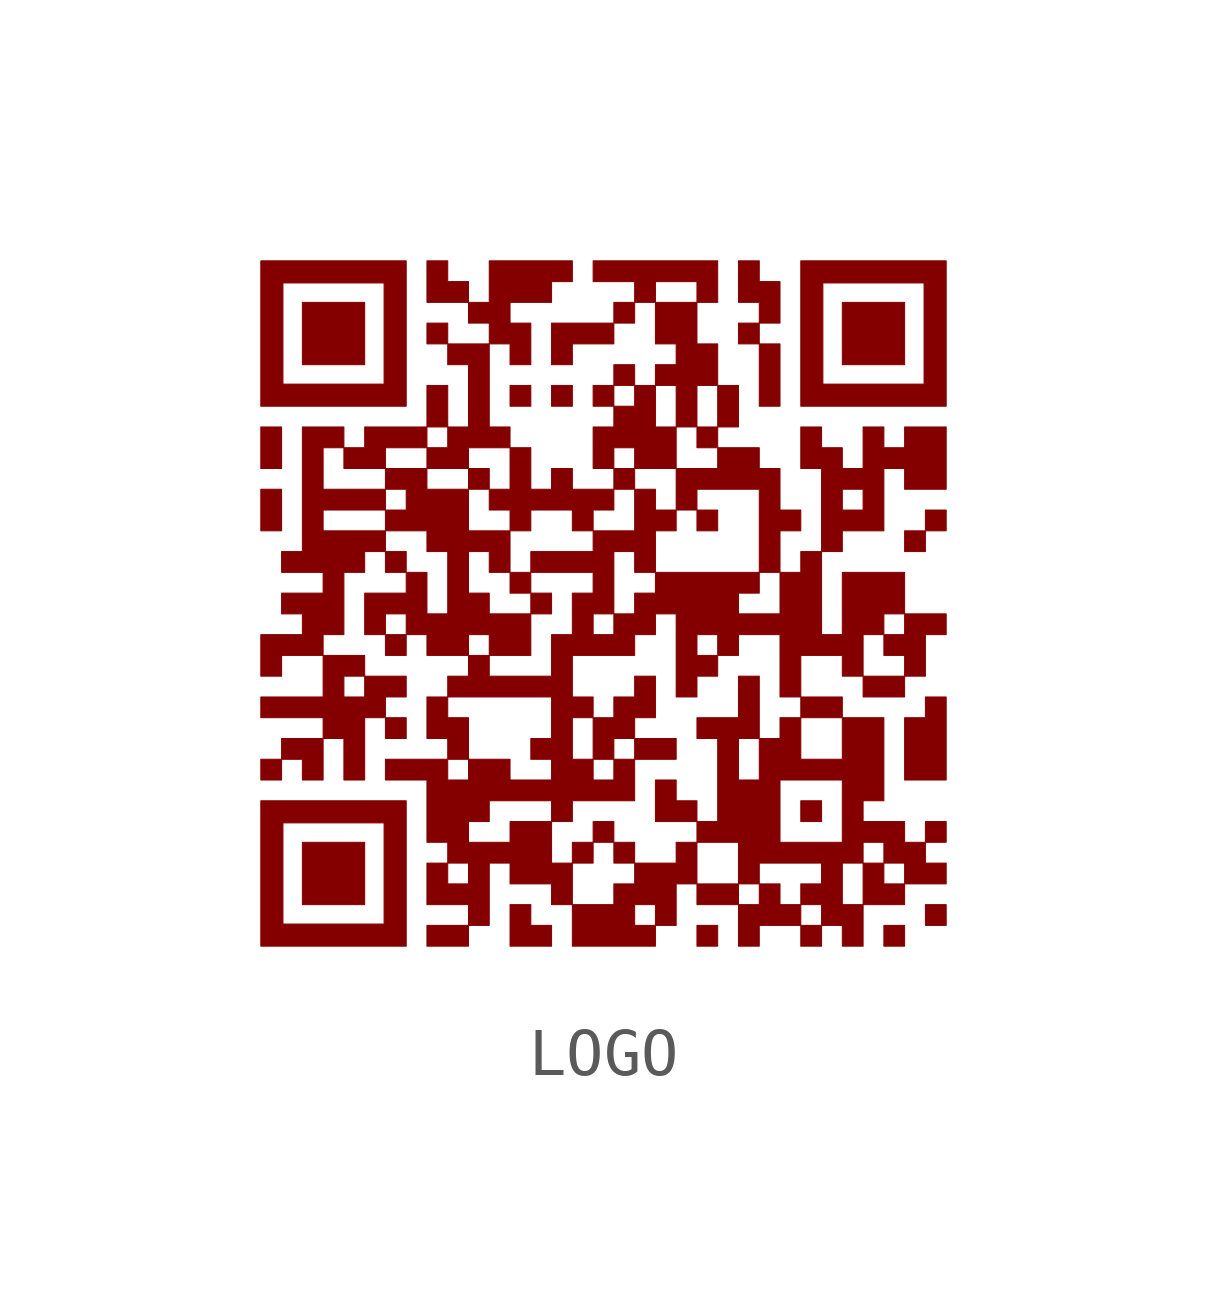
<source format=kicad_sym>
(kicad_symbol_lib
  (version 20210619)
  (generator bitmap2component)
  (symbol "LOGO"
    (pin_names
      (offset 1.016))
    (property "Reference" "#G"
      (at 0 7.362 0)
      (effects (font (size 1.27 1.27)) hide))
    (symbol "LOGO_0_0"
      (polyline (pts (xy -4.103 -4.117) (xy -7.132 -4.117) (xy -7.132 -4.577) (xy -6.671 -4.577) (xy -4.564 -4.577) (xy -4.564 -6.685) (xy -6.671 -6.685) (xy -6.671 -4.577) (xy -7.132 -4.577) (xy -7.132 -7.146) (xy -4.103 -7.146) (xy -4.103 -4.117)) (stroke (width 0.01)) (fill (type outline)))
      (polyline (pts (xy -2.805 5.834) (xy -2.373 5.834) (xy -2.373 5.401) (xy -1.94 5.401) (xy -1.94 4.968) (xy -1.507 4.968) (xy -1.507 5.834) (xy -1.94 5.834) (xy -1.94 6.266) (xy -1.075 6.266) (xy -1.075 6.699) (xy -0.642 6.699) (xy -0.642 7.132) (xy -2.373 7.132) (xy -2.373 6.266) (xy -2.805 6.266) (xy -2.805 5.834)) (stroke (width 0.01)) (fill (type outline)))
      (polyline (pts (xy 1.089 6.699) (xy 1.954 6.699) (xy 1.954 6.266) (xy 2.386 6.266) (xy 2.386 7.132) (xy -0.209 7.132) (xy -0.209 6.699) (xy 0.656 6.699) (xy 0.656 6.266) (xy 1.089 6.266) (xy 1.089 6.699)) (stroke (width 0.01)) (fill (type outline)))
      (polyline (pts (xy 0.656 6.266) (xy 0.223 6.266) (xy 0.223 5.834) (xy 0.656 5.834) (xy 0.656 6.266)) (stroke (width 0.01)) (fill (type outline)))
      (polyline (pts (xy -0.642 5.401) (xy 0.223 5.401) (xy 0.223 5.834) (xy -1.075 5.834) (xy -1.075 4.968) (xy -0.642 4.968) (xy -0.642 5.401)) (stroke (width 0.01)) (fill (type outline)))
      (polyline (pts (xy -3.238 5.834) (xy -3.671 5.834) (xy -3.671 5.401) (xy -3.238 5.401) (xy -3.238 5.834)) (stroke (width 0.01)) (fill (type outline)))
      (polyline (pts (xy 2.819 4.536) (xy 2.386 4.536) (xy 2.386 3.671) (xy 2.819 3.671) (xy 2.819 4.536)) (stroke (width 0.01)) (fill (type outline)))
      (polyline (pts (xy 4.982 1.507) (xy 5.848 1.507) (xy 5.848 2.805) (xy 6.28 2.805) (xy 6.28 2.373) (xy 7.146 2.373) (xy 7.146 3.671) (xy 6.28 3.671) (xy 6.28 3.238) (xy 5.848 3.238) (xy 5.848 3.671) (xy 5.415 3.671) (xy 5.415 2.805) (xy 4.982 2.805) (xy 4.982 3.238) (xy 4.55 3.238) (xy 4.55 3.671) (xy 4.117 3.671) (xy 4.117 2.805) (xy 4.55 2.805) (xy 4.55 2.373) (xy 4.982 2.373) (xy 5.415 2.373) (xy 5.415 1.94) (xy 4.982 1.94) (xy 4.982 2.373) (xy 4.55 2.373) (xy 4.55 1.075) (xy 4.982 1.075) (xy 4.982 1.507)) (stroke (width 0.01)) (fill (type outline)))
      (polyline (pts (xy -4.103 -2.386) (xy -4.536 -2.386) (xy -4.536 -2.819) (xy -4.103 -2.819) (xy -4.103 -2.386)) (stroke (width 0.01)) (fill (type outline)))
      (polyline (pts (xy -5.834 -2.819) (xy -6.699 -2.819) (xy -6.699 -3.252) (xy -6.266 -3.252) (xy -6.266 -3.684) (xy -5.834 -3.684) (xy -5.834 -2.819)) (stroke (width 0.01)) (fill (type outline)))
      (polyline (pts (xy -6.699 -3.252) (xy -7.132 -3.252) (xy -7.132 -3.684) (xy -6.699 -3.684) (xy -6.699 -3.252)) (stroke (width 0.01)) (fill (type outline)))
      (polyline (pts (xy 7.146 -4.55) (xy 6.713 -4.55) (xy 6.713 -4.982) (xy 7.146 -4.982) (xy 7.146 -4.55)) (stroke (width 0.01)) (fill (type outline)))
      (polyline (pts (xy -2.805 -6.713) (xy -3.671 -6.713) (xy -3.671 -7.146) (xy -2.805 -7.146) (xy -2.805 -6.713)) (stroke (width 0.01)) (fill (type outline)))
      (polyline (pts (xy -2.805 6.699) (xy -3.238 6.699) (xy -3.238 7.132) (xy -3.671 7.132) (xy -3.671 6.266) (xy -2.805 6.266) (xy -2.805 6.699)) (stroke (width 0.01)) (fill (type outline)))
      (polyline (pts (xy 6.28 -6.28) (xy 6.28 -5.848) (xy 7.146 -5.848) (xy 7.146 -5.415) (xy 6.713 -5.415) (xy 6.713 -4.982) (xy 6.28 -4.982) (xy 6.28 -4.55) (xy 5.415 -4.55) (xy 5.415 -4.117) (xy 5.848 -4.117) (xy 5.848 -2.386) (xy 4.982 -2.386) (xy 4.982 -1.954) (xy 4.117 -1.954) (xy 4.117 -1.089) (xy 4.982 -1.089) (xy 4.982 -1.521) (xy 5.415 -1.521) (xy 5.415 -1.954) (xy 6.28 -1.954) (xy 6.28 -1.521) (xy 6.713 -1.521) (xy 6.713 -0.656) (xy 7.146 -0.656) (xy 7.146 -0.223) (xy 6.28 -0.223) (xy 6.28 0.642) (xy 4.982 0.642) (xy 4.982 -0.223) (xy 5.848 -0.223) (xy 6.28 -0.223) (xy 6.28 -0.656) (xy 5.848 -0.656) (xy 5.848 -0.223) (xy 4.982 -0.223) (xy 4.982 -0.656) (xy 5.415 -0.656) (xy 5.848 -0.656) (xy 5.848 -1.089) (xy 6.28 -1.089) (xy 6.28 -1.521) (xy 5.415 -1.521) (xy 5.415 -0.656) (xy 4.982 -0.656) (xy 4.55 -0.656) (xy 4.55 1.075) (xy 4.117 1.075) (xy 4.117 0.642) (xy 3.684 0.642) (xy 3.684 1.507) (xy 4.117 1.507) (xy 4.117 1.94) (xy 3.684 1.94) (xy 3.684 2.805) (xy 3.252 2.805) (xy 3.252 3.238) (xy 2.386 3.238) (xy 2.386 3.671) (xy 1.954 3.671) (xy 1.954 4.536) (xy 2.386 4.536) (xy 2.386 5.401) (xy 1.954 5.401) (xy 1.954 6.266) (xy 1.089 6.266) (xy 1.089 5.401) (xy 1.521 5.401) (xy 1.521 4.968) (xy 1.089 4.968) (xy 1.089 4.536) (xy 1.521 4.536) (xy 1.521 3.671) (xy 1.954 3.671) (xy 1.954 3.238) (xy 2.386 3.238) (xy 2.386 2.805) (xy 1.521 2.805) (xy 1.521 3.671) (xy 1.089 3.671) (xy 1.089 4.536) (xy 0.656 4.536) (xy 0.656 4.968) (xy 0.223 4.968) (xy 0.223 4.536) (xy 0.656 4.536) (xy 0.656 4.103) (xy 0.223 4.103) (xy 0.223 4.536) (xy -0.209 4.536) (xy -0.209 4.103) (xy 0.223 4.103) (xy 0.223 3.671) (xy -0.209 3.671) (xy -0.209 3.238) (xy 0.223 3.238) (xy 0.656 3.238) (xy 0.656 2.805) (xy 1.521 2.805) (xy 1.521 1.94) (xy 1.089 1.94) (xy 1.089 2.373) (xy 0.656 2.373) (xy 0.656 2.805) (xy 0.223 2.805) (xy 0.223 3.238) (xy -0.209 3.238) (xy -0.209 2.805) (xy 0.223 2.805) (xy 0.223 2.373) (xy -0.642 2.373) (xy -0.642 2.805) (xy -1.075 2.805) (xy -1.075 2.373) (xy -1.507 2.373) (xy -1.507 3.238) (xy -1.94 3.238) (xy -1.94 3.671) (xy -2.373 3.671) (xy -2.373 5.401) (xy -3.238 5.401) (xy -3.238 4.968) (xy -2.805 4.968) (xy -2.805 3.671) (xy -3.238 3.671) (xy -3.238 4.536) (xy -3.671 4.536) (xy -3.671 3.671) (xy -3.238 3.671) (xy -3.238 3.238) (xy -3.671 3.238) (xy -3.671 3.671) (xy -4.968 3.671) (xy -4.968 3.238) (xy -4.536 3.238) (xy -3.671 3.238) (xy -3.671 2.805) (xy -2.805 2.805) (xy -2.805 3.238) (xy -1.94 3.238) (xy -1.94 2.373) (xy -2.373 2.373) (xy -2.373 1.94) (xy -1.94 1.94) (xy -1.94 1.507) (xy -2.805 1.507) (xy -2.805 2.373) (xy -3.671 2.373) (xy -3.671 2.805) (xy -4.536 2.805) (xy -4.536 3.238) (xy -4.968 3.238) (xy -5.401 3.238) (xy -5.401 3.671) (xy -6.266 3.671) (xy -6.266 3.238) (xy -5.834 3.238) (xy -5.401 3.238) (xy -5.401 2.805) (xy -4.536 2.805) (xy -4.536 2.373) (xy -4.103 2.373) (xy -4.103 1.94) (xy -4.536 1.94) (xy -4.536 2.373) (xy -5.834 2.373) (xy -5.834 3.238) (xy -6.266 3.238) (xy -6.266 1.94) (xy -5.834 1.94) (xy -4.536 1.94) (xy -4.536 1.507) (xy -3.671 1.507) (xy -3.671 1.075) (xy -3.238 1.075) (xy -2.805 1.075) (xy -2.373 1.075) (xy -2.373 0.642) (xy -1.94 0.642) (xy -1.94 1.507) (xy -1.507 1.507) (xy -1.507 1.94) (xy -0.642 1.94) (xy -0.209 1.94) (xy 0.223 1.94) (xy 0.223 2.373) (xy 0.656 2.373) (xy 0.656 1.507) (xy 1.089 1.507) (xy 1.521 1.507) (xy 1.521 1.94) (xy 1.954 1.94) (xy 1.954 2.373) (xy 3.252 2.373) (xy 3.252 0.642) (xy 1.089 0.642) (xy 1.089 1.507) (xy 0.656 1.507) (xy -0.209 1.507) (xy -0.209 1.94) (xy -0.642 1.94) (xy -0.642 1.507) (xy -0.209 1.507) (xy -0.209 1.075) (xy 0.223 1.075) (xy 0.656 1.075) (xy 0.656 0.642) (xy 1.089 0.642) (xy 1.089 0.209) (xy 2.819 0.209) (xy 3.252 0.209) (xy 3.252 0.642) (xy 3.684 0.642) (xy 3.684 -0.223) (xy 2.819 -0.223) (xy 2.819 0.209) (xy 1.089 0.209) (xy 0.656 0.209) (xy 0.656 -0.223) (xy 0.223 -0.223) (xy 0.223 1.075) (xy -0.209 1.075) (xy -1.507 1.075) (xy -1.507 0.642) (xy -0.209 0.642) (xy -0.209 0.209) (xy -0.642 0.209) (xy -0.642 -0.223) (xy -0.209 -0.223) (xy 0.223 -0.223) (xy 0.223 -0.656) (xy -0.209 -0.656) (xy -0.209 -0.223) (xy -0.642 -0.223) (xy -0.642 -0.656) (xy -1.075 -0.656) (xy -1.075 -1.521) (xy -2.373 -1.521) (xy -2.373 -1.089) (xy -1.507 -1.089) (xy -1.507 -0.223) (xy -2.373 -0.223) (xy -2.373 0.209) (xy -2.805 0.209) (xy -2.805 1.075) (xy -3.238 1.075) (xy -3.238 -0.223) (xy -3.671 -0.223) (xy -3.671 0.642) (xy -4.103 0.642) (xy -4.103 1.075) (xy -4.536 1.075) (xy -4.536 1.507) (xy -5.834 1.507) (xy -5.834 1.94) (xy -6.266 1.94) (xy -6.266 1.075) (xy -6.699 1.075) (xy -6.699 0.642) (xy -5.834 0.642) (xy -5.834 0.209) (xy -6.699 0.209) (xy -6.699 -0.223) (xy -6.266 -0.223) (xy -6.266 -0.656) (xy -7.132 -0.656) (xy -7.132 -1.521) (xy -6.699 -1.521) (xy -6.699 -1.089) (xy -5.834 -1.089) (xy -5.834 -0.656) (xy -5.401 -0.656) (xy -5.401 0.642) (xy -4.968 0.642) (xy -4.968 1.075) (xy -4.536 1.075) (xy -4.536 0.642) (xy -4.103 0.642) (xy -4.103 0.209) (xy -4.968 0.209) (xy -4.968 -0.223) (xy -4.536 -0.223) (xy -4.103 -0.223) (xy -4.103 -0.656) (xy -4.536 -0.656) (xy -4.536 -0.223) (xy -4.968 -0.223) (xy -4.968 -0.656) (xy -4.536 -0.656) (xy -4.536 -1.089) (xy -4.103 -1.089) (xy -4.103 -0.656) (xy -3.671 -0.656) (xy -2.805 -0.656) (xy -2.373 -0.656) (xy -2.373 -1.089) (xy -2.805 -1.089) (xy -2.805 -0.656) (xy -3.671 -0.656) (xy -3.671 -1.089) (xy -2.805 -1.089) (xy -2.805 -1.521) (xy -3.238 -1.521) (xy -3.238 -1.954) (xy -1.075 -1.954) (xy -1.075 -2.819) (xy -1.507 -2.819) (xy -1.507 -3.252) (xy -1.075 -3.252) (xy -1.075 -3.684) (xy -1.94 -3.684) (xy -1.94 -3.252) (xy -2.805 -3.252) (xy -2.805 -2.386) (xy -3.238 -2.386) (xy -3.238 -1.954) (xy -3.671 -1.954) (xy -3.671 -2.819) (xy -3.238 -2.819) (xy -3.238 -3.252) (xy -2.805 -3.252) (xy -2.805 -3.684) (xy -3.238 -3.684) (xy -3.238 -3.252) (xy -4.536 -3.252) (xy -4.536 -3.684) (xy -3.671 -3.684) (xy -3.671 -4.55) (xy -2.805 -4.55) (xy -2.373 -4.55) (xy -2.373 -4.117) (xy -1.075 -4.117) (xy -1.075 -4.55) (xy -0.642 -4.55) (xy -0.642 -4.117) (xy 0.656 -4.117) (xy 0.656 -3.252) (xy 0.223 -3.252) (xy 0.223 -3.684) (xy -0.209 -3.684) (xy -0.209 -3.252) (xy -0.642 -3.252) (xy -0.642 -2.386) (xy -0.209 -2.386) (xy -0.209 -1.954) (xy -0.642 -1.954) (xy -0.642 -1.089) (xy 0.656 -1.089) (xy 0.656 -0.656) (xy 1.089 -0.656) (xy 1.089 -0.223) (xy 1.521 -0.223) (xy 1.521 -0.656) (xy 1.954 -0.656) (xy 2.386 -0.656) (xy 2.386 -1.089) (xy 1.954 -1.089) (xy 1.954 -0.656) (xy 1.521 -0.656) (xy 1.521 -1.954) (xy 1.954 -1.954) (xy 1.954 -1.521) (xy 2.386 -1.521) (xy 2.386 -1.089) (xy 2.819 -1.089) (xy 2.819 -0.656) (xy 3.684 -0.656) (xy 3.684 -1.954) (xy 4.117 -1.954) (xy 4.117 -2.386) (xy 4.982 -2.386) (xy 4.982 -3.252) (xy 4.117 -3.252) (xy 4.117 -2.386) (xy 3.684 -2.386) (xy 3.684 -2.819) (xy 3.252 -2.819) (xy 3.252 -1.521) (xy 2.819 -1.521) (xy 2.819 -2.386) (xy 1.954 -2.386) (xy 1.954 -2.819) (xy 2.386 -2.819) (xy 2.819 -2.819) (xy 3.252 -2.819) (xy 3.252 -3.684) (xy 3.684 -3.684) (xy 4.982 -3.684) (xy 4.982 -4.982) (xy 5.415 -4.982) (xy 5.848 -4.982) (xy 5.848 -5.415) (xy 6.28 -5.415) (xy 6.28 -5.848) (xy 5.848 -5.848) (xy 5.848 -5.415) (xy 5.415 -5.415) (xy 5.415 -4.982) (xy 4.982 -4.982) (xy 3.684 -4.982) (xy 3.684 -3.684) (xy 3.252 -3.684) (xy 2.819 -3.684) (xy 2.819 -2.819) (xy 2.386 -2.819) (xy 2.386 -4.55) (xy 1.954 -4.55) (xy 1.954 -4.982) (xy 2.819 -4.982) (xy 2.819 -5.415) (xy 3.252 -5.415) (xy 4.55 -5.415) (xy 4.982 -5.415) (xy 5.415 -5.415) (xy 5.415 -6.28) (xy 4.982 -6.28) (xy 4.982 -5.415) (xy 4.55 -5.415) (xy 4.55 -5.848) (xy 4.117 -5.848) (xy 4.117 -6.28) (xy 4.55 -6.28) (xy 4.55 -6.713) (xy 4.117 -6.713) (xy 4.117 -6.28) (xy 3.684 -6.28) (xy 3.684 -5.848) (xy 3.252 -5.848) (xy 3.252 -5.415) (xy 2.819 -5.415) (xy 2.819 -5.848) (xy 3.252 -5.848) (xy 3.252 -6.28) (xy 2.819 -6.28) (xy 2.819 -5.848) (xy 1.954 -5.848) (xy 1.954 -4.982) (xy 1.521 -4.982) (xy 1.521 -5.415) (xy 0.656 -5.415) (xy 0.656 -5.848) (xy 0.223 -5.848) (xy 0.223 -6.28) (xy 0.656 -6.28) (xy 1.089 -6.28) (xy 1.089 -6.713) (xy 0.656 -6.713) (xy 0.656 -6.28) (xy 0.223 -6.28) (xy -0.642 -6.28) (xy -0.642 -5.415) (xy -1.075 -5.415) (xy -1.075 -4.55) (xy -1.94 -4.55) (xy -1.94 -4.982) (xy -2.805 -4.982) (xy -2.805 -4.55) (xy -3.671 -4.55) (xy -3.671 -4.982) (xy -3.238 -4.982) (xy -3.238 -5.415) (xy -2.805 -5.415) (xy -2.805 -5.848) (xy -3.238 -5.848) (xy -3.238 -5.415) (xy -3.671 -5.415) (xy -3.671 -6.28) (xy -2.805 -6.28) (xy -2.805 -6.713) (xy -2.373 -6.713) (xy -2.373 -5.415) (xy -1.94 -5.415) (xy -1.94 -5.848) (xy -1.075 -5.848) (xy -1.075 -6.28) (xy -0.642 -6.28) (xy -0.642 -7.146) (xy 1.089 -7.146) (xy 1.089 -6.713) (xy 1.521 -6.713) (xy 1.521 -5.848) (xy 1.954 -5.848) (xy 1.954 -6.28) (xy 2.819 -6.28) (xy 2.819 -7.146) (xy 3.252 -7.146) (xy 3.252 -6.713) (xy 4.117 -6.713) (xy 4.117 -7.146) (xy 4.55 -7.146) (xy 4.55 -6.713) (xy 4.982 -6.713) (xy 4.982 -7.146) (xy 5.415 -7.146) (xy 5.415 -6.28) (xy 6.28 -6.28)) (stroke (width 0.01)) (fill (type outline)))
      (polyline (pts (xy -4.968 -2.386) (xy -4.536 -2.386) (xy -4.536 -1.954) (xy -4.103 -1.954) (xy -4.103 -1.521) (xy -4.968 -1.521) (xy -4.968 -1.089) (xy -5.834 -1.089) (xy -5.834 -1.521) (xy -5.401 -1.521) (xy -4.968 -1.521) (xy -4.968 -1.954) (xy -5.401 -1.954) (xy -5.401 -1.521) (xy -5.834 -1.521) (xy -5.834 -1.954) (xy -7.132 -1.954) (xy -7.132 -2.386) (xy -5.834 -2.386) (xy -5.834 -2.819) (xy -5.401 -2.819) (xy -5.401 -3.684) (xy -4.968 -3.684) (xy -4.968 -2.386)) (stroke (width 0.01)) (fill (type outline)))
      (polyline (pts (xy -1.075 -6.713) (xy -1.507 -6.713) (xy -1.507 -6.28) (xy -1.94 -6.28) (xy -1.94 -7.146) (xy -1.075 -7.146) (xy -1.075 -6.713)) (stroke (width 0.01)) (fill (type outline)))
      (polyline (pts (xy 2.386 -6.713) (xy 1.954 -6.713) (xy 1.954 -7.146) (xy 2.386 -7.146) (xy 2.386 -6.713)) (stroke (width 0.01)) (fill (type outline)))
      (polyline (pts (xy 6.28 -6.713) (xy 5.848 -6.713) (xy 5.848 -7.146) (xy 6.28 -7.146) (xy 6.28 -6.713)) (stroke (width 0.01)) (fill (type outline)))
      (polyline (pts (xy 7.146 -6.28) (xy 6.713 -6.28) (xy 6.713 -6.713) (xy 7.146 -6.713) (xy 7.146 -6.28)) (stroke (width 0.01)) (fill (type outline)))
      (polyline (pts (xy 7.146 -1.954) (xy 6.713 -1.954) (xy 6.713 -2.386) (xy 6.28 -2.386) (xy 6.28 -3.684) (xy 7.146 -3.684) (xy 7.146 -1.954)) (stroke (width 0.01)) (fill (type outline)))
      (polyline (pts (xy 7.146 1.94) (xy 6.713 1.94) (xy 6.713 1.507) (xy 7.146 1.507) (xy 7.146 1.94)) (stroke (width 0.01)) (fill (type outline)))
      (polyline (pts (xy 6.713 1.507) (xy 6.28 1.507) (xy 6.28 1.075) (xy 6.713 1.075) (xy 6.713 1.507)) (stroke (width 0.01)) (fill (type outline)))
      (polyline (pts (xy -6.699 2.373) (xy -7.132 2.373) (xy -7.132 1.507) (xy -6.699 1.507) (xy -6.699 2.373)) (stroke (width 0.01)) (fill (type outline)))
      (polyline (pts (xy -6.699 3.671) (xy -7.132 3.671) (xy -7.132 2.805) (xy -6.699 2.805) (xy -6.699 3.671)) (stroke (width 0.01)) (fill (type outline)))
      (polyline (pts (xy -4.103 7.132) (xy -7.132 7.132) (xy -7.132 6.671) (xy -6.671 6.671) (xy -4.564 6.671) (xy -4.564 4.564) (xy -6.671 4.564) (xy -6.671 6.671) (xy -7.132 6.671) (xy -7.132 4.103) (xy -4.103 4.103) (xy -4.103 7.132)) (stroke (width 0.01)) (fill (type outline)))
      (polyline (pts (xy -1.507 4.536) (xy -1.94 4.536) (xy -1.94 4.103) (xy -1.507 4.103) (xy -1.507 4.536)) (stroke (width 0.01)) (fill (type outline)))
      (polyline (pts (xy -0.642 4.536) (xy -1.075 4.536) (xy -1.075 4.103) (xy -0.642 4.103) (xy -0.642 4.536)) (stroke (width 0.01)) (fill (type outline)))
      (polyline (pts (xy 3.684 6.699) (xy 3.252 6.699) (xy 3.252 7.132) (xy 2.819 7.132) (xy 2.819 6.266) (xy 3.252 6.266) (xy 3.252 5.834) (xy 3.684 5.834) (xy 3.684 6.699)) (stroke (width 0.01)) (fill (type outline)))
      (polyline (pts (xy 3.252 5.834) (xy 2.819 5.834) (xy 2.819 5.401) (xy 3.252 5.401) (xy 3.252 5.834)) (stroke (width 0.01)) (fill (type outline)))
      (polyline (pts (xy 3.684 5.401) (xy 3.252 5.401) (xy 3.252 4.103) (xy 3.684 4.103) (xy 3.684 5.401)) (stroke (width 0.01)) (fill (type outline)))
      (polyline (pts (xy 7.146 7.132) (xy 4.117 7.132) (xy 4.117 6.671) (xy 4.577 6.671) (xy 6.685 6.671) (xy 6.685 4.564) (xy 4.577 4.564) (xy 4.577 6.671) (xy 4.117 6.671) (xy 4.117 4.103) (xy 7.146 4.103) (xy 7.146 7.132)) (stroke (width 0.01)) (fill (type outline)))
      (polyline (pts (xy -4.968 -4.982) (xy -6.266 -4.982) (xy -6.266 -6.28) (xy -4.968 -6.28) (xy -4.968 -4.982)) (stroke (width 0.01)) (fill (type outline)))
      (polyline (pts (xy 0.223 -4.55) (xy -0.209 -4.55) (xy -0.209 -4.982) (xy 0.223 -4.982) (xy 0.223 -4.55)) (stroke (width 0.01)) (fill (type outline)))
      (polyline (pts (xy 0.656 -4.982) (xy 0.223 -4.982) (xy 0.223 -5.415) (xy 0.656 -5.415) (xy 0.656 -4.982)) (stroke (width 0.01)) (fill (type outline)))
      (polyline (pts (xy -0.209 -4.982) (xy -0.642 -4.982) (xy -0.642 -5.415) (xy -0.209 -5.415) (xy -0.209 -4.982)) (stroke (width 0.01)) (fill (type outline)))
      (polyline (pts (xy 1.954 -4.117) (xy 1.521 -4.117) (xy 1.521 -3.684) (xy 1.089 -3.684) (xy 1.089 -4.55) (xy 1.954 -4.55) (xy 1.954 -4.117)) (stroke (width 0.01)) (fill (type outline)))
      (polyline (pts (xy 0.223 -2.819) (xy 0.656 -2.819) (xy 0.656 -2.386) (xy 1.089 -2.386) (xy 1.089 -1.521) (xy 0.656 -1.521) (xy 0.656 -1.954) (xy 0.223 -1.954) (xy 0.223 -2.386) (xy -0.209 -2.386) (xy -0.209 -3.252) (xy 0.223 -3.252) (xy 0.223 -2.819)) (stroke (width 0.01)) (fill (type outline)))
      (polyline (pts (xy 1.521 -2.819) (xy 0.656 -2.819) (xy 0.656 -3.252) (xy 1.521 -3.252) (xy 1.521 -2.819)) (stroke (width 0.01)) (fill (type outline)))
      (polyline (pts (xy 4.55 -4.117) (xy 4.117 -4.117) (xy 4.117 -4.55) (xy 4.55 -4.55) (xy 4.55 -4.117)) (stroke (width 0.01)) (fill (type outline)))
      (polyline (pts (xy -1.507 0.642) (xy -1.94 0.642) (xy -1.94 0.209) (xy -1.507 0.209) (xy -1.507 0.642)) (stroke (width 0.01)) (fill (type outline)))
      (polyline (pts (xy -1.075 0.209) (xy -1.507 0.209) (xy -1.507 -0.223) (xy -1.075 -0.223) (xy -1.075 0.209)) (stroke (width 0.01)) (fill (type outline)))
      (polyline (pts (xy 2.386 1.94) (xy 1.954 1.94) (xy 1.954 1.507) (xy 2.386 1.507) (xy 2.386 1.94)) (stroke (width 0.01)) (fill (type outline)))
      (polyline (pts (xy -2.373 2.805) (xy -2.805 2.805) (xy -2.805 2.373) (xy -2.373 2.373) (xy -2.373 2.805)) (stroke (width 0.01)) (fill (type outline)))
      (polyline (pts (xy -4.968 6.266) (xy -6.266 6.266) (xy -6.266 4.968) (xy -4.968 4.968) (xy -4.968 6.266)) (stroke (width 0.01)) (fill (type outline)))
      (polyline (pts (xy 6.28 6.266) (xy 4.982 6.266) (xy 4.982 4.968) (xy 6.28 4.968) (xy 6.28 6.266)) (stroke (width 0.01)) (fill (type outline))))))
</source>
